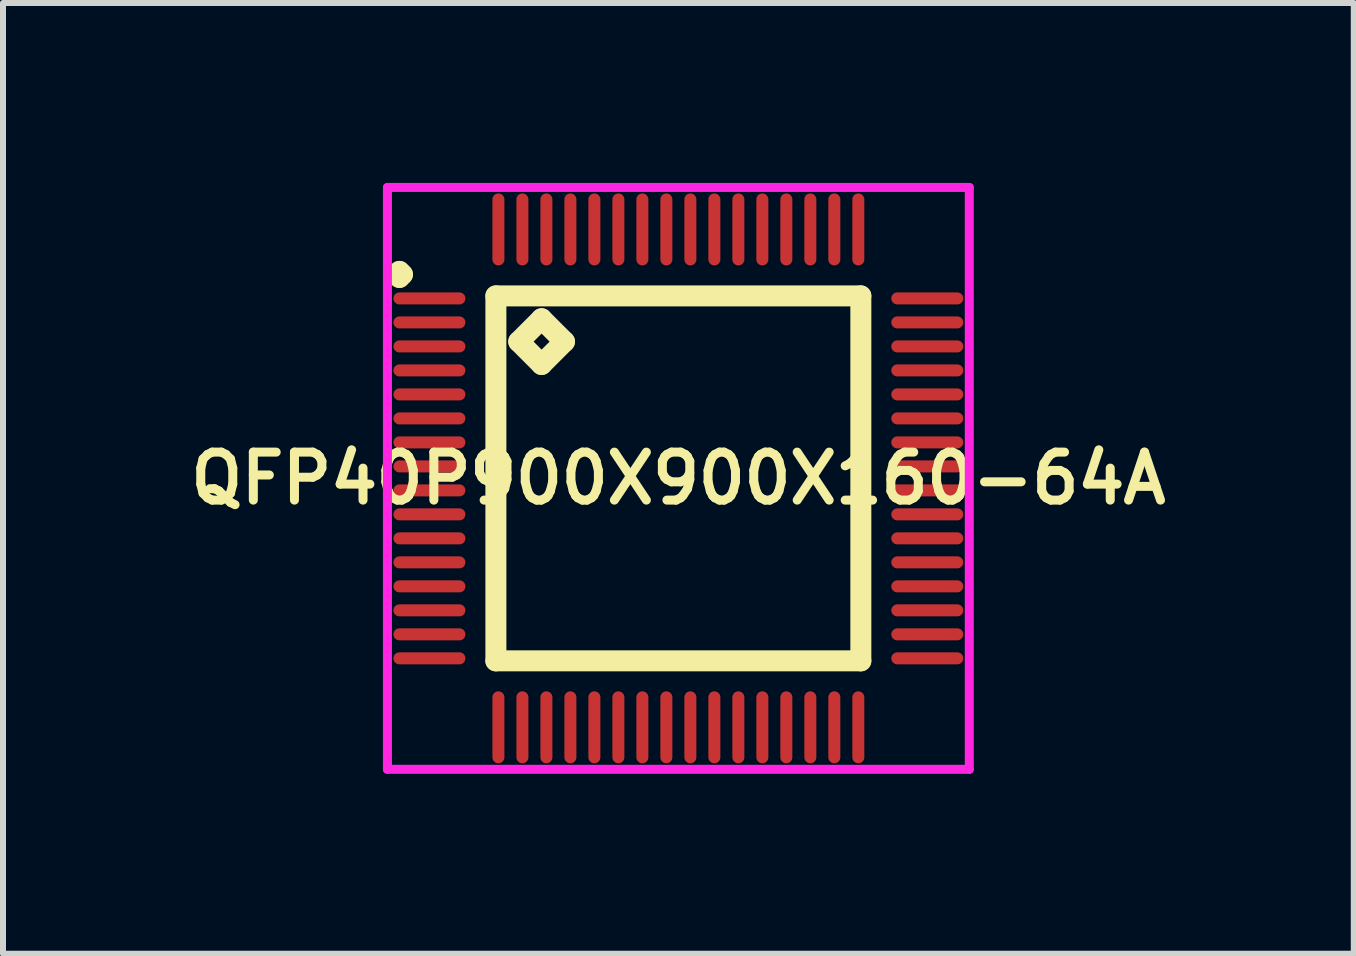
<source format=kicad_pcb>
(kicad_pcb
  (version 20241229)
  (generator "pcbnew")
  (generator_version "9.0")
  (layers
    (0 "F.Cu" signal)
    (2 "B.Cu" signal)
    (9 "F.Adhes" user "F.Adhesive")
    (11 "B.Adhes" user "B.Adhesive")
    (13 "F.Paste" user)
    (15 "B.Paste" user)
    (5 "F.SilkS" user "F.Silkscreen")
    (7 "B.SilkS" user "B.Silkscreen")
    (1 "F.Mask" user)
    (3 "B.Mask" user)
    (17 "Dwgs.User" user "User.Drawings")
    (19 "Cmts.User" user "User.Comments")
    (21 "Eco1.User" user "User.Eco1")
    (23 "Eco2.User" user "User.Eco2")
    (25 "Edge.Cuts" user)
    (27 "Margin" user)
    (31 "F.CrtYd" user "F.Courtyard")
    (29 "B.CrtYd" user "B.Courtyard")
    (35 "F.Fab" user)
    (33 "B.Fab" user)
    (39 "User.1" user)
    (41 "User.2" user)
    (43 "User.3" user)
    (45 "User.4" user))
  (footprint "QFP40P900X900X160-64A"
    (layer "F.Cu")
    (at 8.259 4.925)
    (property "Reference" "QFP40P900X900X160-64A" (at 0 0 0) (layer "F.SilkS") (effects (font (size 0.8 0.8) (thickness 0.15))))
    (attr smd)
    (fp_line (start -4.7 -3.4) (end -4.65 -3.45) (stroke (width 0.35) (type solid)) (layer "F.SilkS"))
    (fp_line (start -4.65 -3.45) (end -4.6 -3.4) (stroke (width 0.35) (type solid)) (layer "F.SilkS"))
    (fp_line (start -4.65 -3.35) (end -4.7 -3.4) (stroke (width 0.35) (type solid)) (layer "F.SilkS"))
    (fp_line (start -4.6 -3.4) (end -4.65 -3.35) (stroke (width 0.35) (type solid)) (layer "F.SilkS"))
    (fp_line (start -3.042 -3.042) (end -3.042 3.042) (stroke (width 0.35) (type solid)) (layer "F.SilkS"))
    (fp_line (start -3.042 3.042) (end 3.042 3.042) (stroke (width 0.35) (type solid)) (layer "F.SilkS"))
    (fp_line (start -2.661 -2.28) (end -2.28 -2.661) (stroke (width 0.35) (type solid)) (layer "F.SilkS"))
    (fp_line (start -2.28 -2.661) (end -1.899 -2.28) (stroke (width 0.35) (type solid)) (layer "F.SilkS"))
    (fp_line (start -2.28 -1.899) (end -2.661 -2.28) (stroke (width 0.35) (type solid)) (layer "F.SilkS"))
    (fp_line (start -1.899 -2.28) (end -2.28 -1.899) (stroke (width 0.35) (type solid)) (layer "F.SilkS"))
    (fp_line (start 3.042 -3.042) (end -3.042 -3.042) (stroke (width 0.35) (type solid)) (layer "F.SilkS"))
    (fp_line (start 3.042 3.042) (end 3.042 -3.042) (stroke (width 0.35) (type solid)) (layer "F.SilkS"))
    (fp_line (start -4.85 -4.85) (end 4.85 -4.85) (stroke (width 0.15) (type solid)) (layer "F.CrtYd"))
    (fp_line (start -4.85 4.85) (end -4.85 -4.85) (stroke (width 0.15) (type solid)) (layer "F.CrtYd"))
    (fp_line (start 4.85 -4.85) (end 4.85 4.85) (stroke (width 0.15) (type solid)) (layer "F.CrtYd"))
    (fp_line (start 4.85 4.85) (end -4.85 4.85) (stroke (width 0.15) (type solid)) (layer "F.CrtYd"))
    (pad "1" smd oval (at -4.15 -3) (size 1.2 0.2) (layers "F.Cu" "F.Mask" "F.Paste"))
    (pad "2" smd oval (at -4.15 -2.6) (size 1.2 0.2) (layers "F.Cu" "F.Mask" "F.Paste"))
    (pad "3" smd oval (at -4.15 -2.2) (size 1.2 0.2) (layers "F.Cu" "F.Mask" "F.Paste"))
    (pad "4" smd oval (at -4.15 -1.8) (size 1.2 0.2) (layers "F.Cu" "F.Mask" "F.Paste"))
    (pad "5" smd oval (at -4.15 -1.4) (size 1.2 0.2) (layers "F.Cu" "F.Mask" "F.Paste"))
    (pad "6" smd oval (at -4.15 -1) (size 1.2 0.2) (layers "F.Cu" "F.Mask" "F.Paste"))
    (pad "7" smd oval (at -4.15 -0.6) (size 1.2 0.2) (layers "F.Cu" "F.Mask" "F.Paste"))
    (pad "8" smd oval (at -4.15 -0.2) (size 1.2 0.2) (layers "F.Cu" "F.Mask" "F.Paste"))
    (pad "9" smd oval (at -4.15 0.2) (size 1.2 0.2) (layers "F.Cu" "F.Mask" "F.Paste"))
    (pad "10" smd oval (at -4.15 0.6) (size 1.2 0.2) (layers "F.Cu" "F.Mask" "F.Paste"))
    (pad "11" smd oval (at -4.15 1) (size 1.2 0.2) (layers "F.Cu" "F.Mask" "F.Paste"))
    (pad "12" smd oval (at -4.15 1.4) (size 1.2 0.2) (layers "F.Cu" "F.Mask" "F.Paste"))
    (pad "13" smd oval (at -4.15 1.8) (size 1.2 0.2) (layers "F.Cu" "F.Mask" "F.Paste"))
    (pad "14" smd oval (at -4.15 2.2) (size 1.2 0.2) (layers "F.Cu" "F.Mask" "F.Paste"))
    (pad "15" smd oval (at -4.15 2.6) (size 1.2 0.2) (layers "F.Cu" "F.Mask" "F.Paste"))
    (pad "16" smd oval (at -4.15 3) (size 1.2 0.2) (layers "F.Cu" "F.Mask" "F.Paste"))
    (pad "17" smd oval (at -3 4.15) (size 0.2 1.2) (layers "F.Cu" "F.Mask" "F.Paste"))
    (pad "18" smd oval (at -2.6 4.15) (size 0.2 1.2) (layers "F.Cu" "F.Mask" "F.Paste"))
    (pad "19" smd oval (at -2.2 4.15) (size 0.2 1.2) (layers "F.Cu" "F.Mask" "F.Paste"))
    (pad "20" smd oval (at -1.8 4.15) (size 0.2 1.2) (layers "F.Cu" "F.Mask" "F.Paste"))
    (pad "21" smd oval (at -1.4 4.15) (size 0.2 1.2) (layers "F.Cu" "F.Mask" "F.Paste"))
    (pad "22" smd oval (at -1 4.15) (size 0.2 1.2) (layers "F.Cu" "F.Mask" "F.Paste"))
    (pad "23" smd oval (at -0.6 4.15) (size 0.2 1.2) (layers "F.Cu" "F.Mask" "F.Paste"))
    (pad "24" smd oval (at -0.2 4.15) (size 0.2 1.2) (layers "F.Cu" "F.Mask" "F.Paste"))
    (pad "25" smd oval (at 0.2 4.15) (size 0.2 1.2) (layers "F.Cu" "F.Mask" "F.Paste"))
    (pad "26" smd oval (at 0.6 4.15) (size 0.2 1.2) (layers "F.Cu" "F.Mask" "F.Paste"))
    (pad "27" smd oval (at 1 4.15) (size 0.2 1.2) (layers "F.Cu" "F.Mask" "F.Paste"))
    (pad "28" smd oval (at 1.4 4.15) (size 0.2 1.2) (layers "F.Cu" "F.Mask" "F.Paste"))
    (pad "29" smd oval (at 1.8 4.15) (size 0.2 1.2) (layers "F.Cu" "F.Mask" "F.Paste"))
    (pad "30" smd oval (at 2.2 4.15) (size 0.2 1.2) (layers "F.Cu" "F.Mask" "F.Paste"))
    (pad "31" smd oval (at 2.6 4.15) (size 0.2 1.2) (layers "F.Cu" "F.Mask" "F.Paste"))
    (pad "32" smd oval (at 3 4.15) (size 0.2 1.2) (layers "F.Cu" "F.Mask" "F.Paste"))
    (pad "33" smd oval (at 4.15 3) (size 1.2 0.2) (layers "F.Cu" "F.Mask" "F.Paste"))
    (pad "34" smd oval (at 4.15 2.6) (size 1.2 0.2) (layers "F.Cu" "F.Mask" "F.Paste"))
    (pad "35" smd oval (at 4.15 2.2) (size 1.2 0.2) (layers "F.Cu" "F.Mask" "F.Paste"))
    (pad "36" smd oval (at 4.15 1.8) (size 1.2 0.2) (layers "F.Cu" "F.Mask" "F.Paste"))
    (pad "37" smd oval (at 4.15 1.4) (size 1.2 0.2) (layers "F.Cu" "F.Mask" "F.Paste"))
    (pad "38" smd oval (at 4.15 1) (size 1.2 0.2) (layers "F.Cu" "F.Mask" "F.Paste"))
    (pad "39" smd oval (at 4.15 0.6) (size 1.2 0.2) (layers "F.Cu" "F.Mask" "F.Paste"))
    (pad "40" smd oval (at 4.15 0.2) (size 1.2 0.2) (layers "F.Cu" "F.Mask" "F.Paste"))
    (pad "41" smd oval (at 4.15 -0.2) (size 1.2 0.2) (layers "F.Cu" "F.Mask" "F.Paste"))
    (pad "42" smd oval (at 4.15 -0.6) (size 1.2 0.2) (layers "F.Cu" "F.Mask" "F.Paste"))
    (pad "43" smd oval (at 4.15 -1) (size 1.2 0.2) (layers "F.Cu" "F.Mask" "F.Paste"))
    (pad "44" smd oval (at 4.15 -1.4) (size 1.2 0.2) (layers "F.Cu" "F.Mask" "F.Paste"))
    (pad "45" smd oval (at 4.15 -1.8) (size 1.2 0.2) (layers "F.Cu" "F.Mask" "F.Paste"))
    (pad "46" smd oval (at 4.15 -2.2) (size 1.2 0.2) (layers "F.Cu" "F.Mask" "F.Paste"))
    (pad "47" smd oval (at 4.15 -2.6) (size 1.2 0.2) (layers "F.Cu" "F.Mask" "F.Paste"))
    (pad "48" smd oval (at 4.15 -3) (size 1.2 0.2) (layers "F.Cu" "F.Mask" "F.Paste"))
    (pad "49" smd oval (at 3 -4.15) (size 0.2 1.2) (layers "F.Cu" "F.Mask" "F.Paste"))
    (pad "50" smd oval (at 2.6 -4.15) (size 0.2 1.2) (layers "F.Cu" "F.Mask" "F.Paste"))
    (pad "51" smd oval (at 2.2 -4.15) (size 0.2 1.2) (layers "F.Cu" "F.Mask" "F.Paste"))
    (pad "52" smd oval (at 1.8 -4.15) (size 0.2 1.2) (layers "F.Cu" "F.Mask" "F.Paste"))
    (pad "53" smd oval (at 1.4 -4.15) (size 0.2 1.2) (layers "F.Cu" "F.Mask" "F.Paste"))
    (pad "54" smd oval (at 1 -4.15) (size 0.2 1.2) (layers "F.Cu" "F.Mask" "F.Paste"))
    (pad "55" smd oval (at 0.6 -4.15) (size 0.2 1.2) (layers "F.Cu" "F.Mask" "F.Paste"))
    (pad "56" smd oval (at 0.2 -4.15) (size 0.2 1.2) (layers "F.Cu" "F.Mask" "F.Paste"))
    (pad "57" smd oval (at -0.2 -4.15) (size 0.2 1.2) (layers "F.Cu" "F.Mask" "F.Paste"))
    (pad "58" smd oval (at -0.6 -4.15) (size 0.2 1.2) (layers "F.Cu" "F.Mask" "F.Paste"))
    (pad "59" smd oval (at -1 -4.15) (size 0.2 1.2) (layers "F.Cu" "F.Mask" "F.Paste"))
    (pad "60" smd oval (at -1.4 -4.15) (size 0.2 1.2) (layers "F.Cu" "F.Mask" "F.Paste"))
    (pad "61" smd oval (at -1.8 -4.15) (size 0.2 1.2) (layers "F.Cu" "F.Mask" "F.Paste"))
    (pad "62" smd oval (at -2.2 -4.15) (size 0.2 1.2) (layers "F.Cu" "F.Mask" "F.Paste"))
    (pad "63" smd oval (at -2.6 -4.15) (size 0.2 1.2) (layers "F.Cu" "F.Mask" "F.Paste"))
    (pad "64" smd oval (at -3 -4.15) (size 0.2 1.2) (layers "F.Cu" "F.Mask" "F.Paste")))
  (gr_rect
    (start -3 -3)
    (end 19.519 12.85)
    (stroke (width 0.1) (type default))
    (fill no)
    (layer "Edge.Cuts")))
</source>
